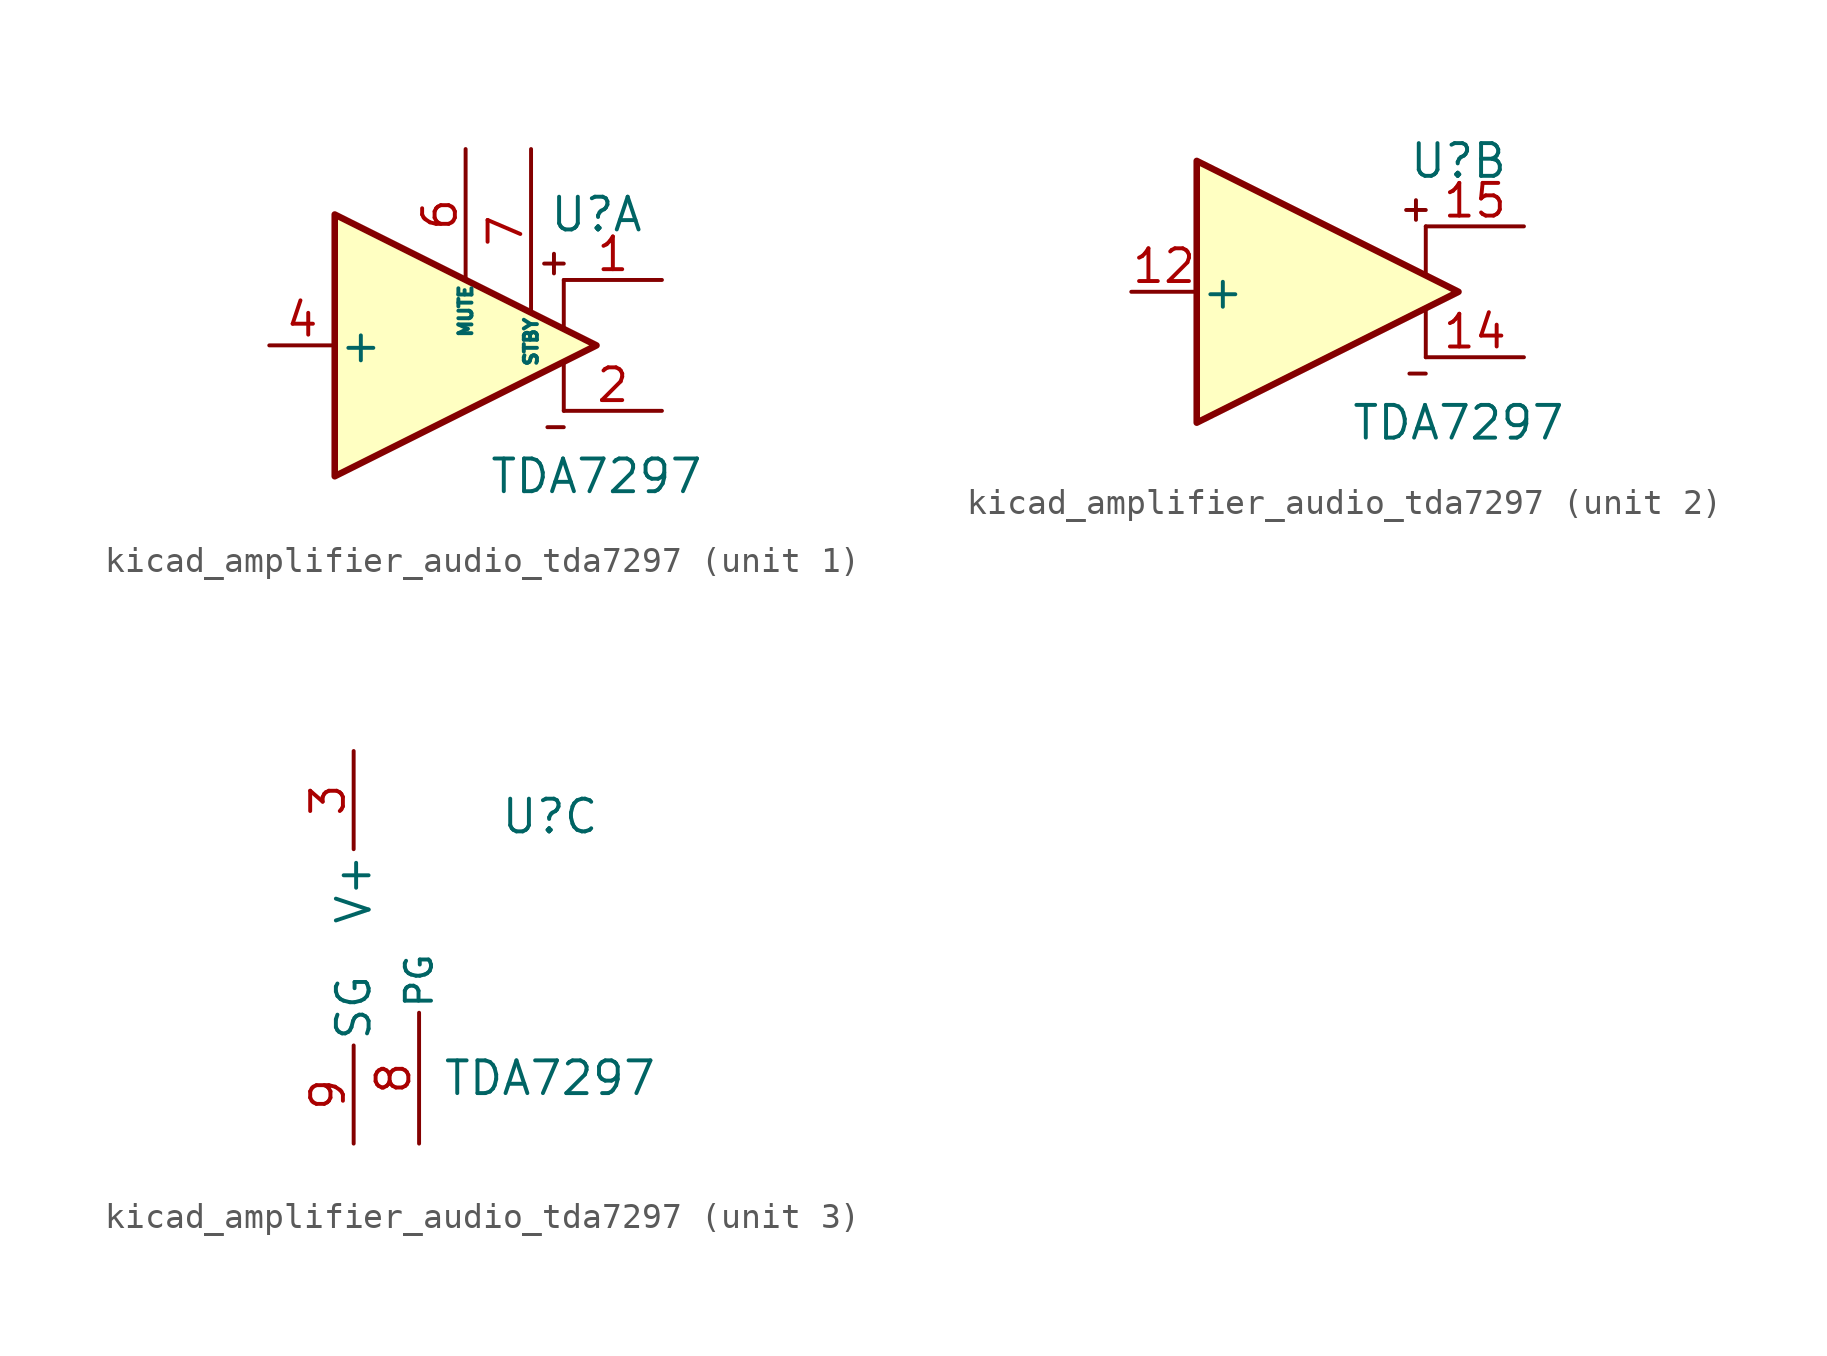
<source format=kicad_sym>
(kicad_symbol_lib
  (version 20220914)
  (generator kicad_symbol_editor)
  (symbol "kicad_amplifier_audio_tda7297"
    (pin_names
      (offset 0.127))
    (property "Reference" "U"
      (at 5.08 5.08 0)
      (effects (font (size 1.27 1.27))))
    (property "Value" "TDA7297"
      (at 5.08 -5.08 0)
      (effects (font (size 1.27 1.27))))
    (property "ki_locked" ""
      (at 0 0 0)
      (effects (font (size 1.27 1.27))))
    (symbol "kicad_amplifier_audio_tda7297_1_1"
      (polyline (pts (xy 3.048 3.175) (xy 3.81 3.175)) (stroke (width 0) (type default)) (fill (type none)))
      (polyline (pts (xy 3.175 -3.175) (xy 3.81 -3.175)) (stroke (width 0) (type default)) (fill (type none)))
      (polyline (pts (xy 3.429 2.794) (xy 3.429 3.556)) (stroke (width 0) (type default)) (fill (type none)))
      (polyline (pts (xy 3.81 -0.635) (xy 3.81 -2.54)) (stroke (width 0) (type default)) (fill (type none)))
      (polyline (pts (xy 3.81 2.54) (xy 3.81 0.635)) (stroke (width 0) (type default)) (fill (type none)))
      (polyline (pts (xy 5.08 0) (xy -5.08 5.08) (xy -5.08 -5.08) (xy 5.08 0)) (stroke (width 0.254) (type default)) (fill (type background)))
      (pin output line (at 7.62 2.54 180) (length 3.81) (name "~" (effects (font (size 1.27 1.27)))) (number "1" (effects (font (size 1.27 1.27)))))
      (pin no_connect line (at -2.54 3.81 270) (length 2.54) hide (name "NC" (effects (font (size 1.27 1.27)))) (number "10" (effects (font (size 1.27 1.27)))))
      (pin no_connect line (at -5.08 5.08 270) (length 2.54) hide (name "NC" (effects (font (size 1.27 1.27)))) (number "11" (effects (font (size 1.27 1.27)))))
      (pin output line (at 7.62 -2.54 180) (length 3.81) (name "~" (effects (font (size 1.27 1.27)))) (number "2" (effects (font (size 1.27 1.27)))))
      (pin input line (at -7.62 0 0) (length 2.54) (name "+" (effects (font (size 1.27 1.27)))) (number "4" (effects (font (size 1.27 1.27)))))
      (pin no_connect line (at -5.08 -5.08 90) (length 2.54) hide (name "NC" (effects (font (size 1.27 1.27)))) (number "5" (effects (font (size 1.27 1.27)))))
      (pin input line (at 0 7.62 270) (length 5.08) (name "MUTE" (effects (font (size 0.508 0.508)))) (number "6" (effects (font (size 1.27 1.27)))))
      (pin input line (at 2.54 7.62 270) (length 6.35) (name "STBY" (effects (font (size 0.508 0.508)))) (number "7" (effects (font (size 1.27 1.27))))))
    (symbol "kicad_amplifier_audio_tda7297_2_1"
      (polyline (pts (xy 3.048 3.175) (xy 3.81 3.175)) (stroke (width 0) (type default)) (fill (type none)))
      (polyline (pts (xy 3.175 -3.175) (xy 3.81 -3.175)) (stroke (width 0) (type default)) (fill (type none)))
      (polyline (pts (xy 3.429 2.794) (xy 3.429 3.556)) (stroke (width 0) (type default)) (fill (type none)))
      (polyline (pts (xy 3.81 -0.635) (xy 3.81 -2.54)) (stroke (width 0) (type default)) (fill (type none)))
      (polyline (pts (xy 3.81 2.54) (xy 3.81 0.635)) (stroke (width 0) (type default)) (fill (type none)))
      (polyline (pts (xy 5.08 0) (xy -5.08 5.08) (xy -5.08 -5.08) (xy 5.08 0)) (stroke (width 0.254) (type default)) (fill (type background)))
      (pin input line (at -7.62 0 0) (length 2.54) (name "+" (effects (font (size 1.27 1.27)))) (number "12" (effects (font (size 1.27 1.27)))))
      (pin output line (at 7.62 -2.54 180) (length 3.81) (name "~" (effects (font (size 1.27 1.27)))) (number "14" (effects (font (size 1.27 1.27)))))
      (pin output line (at 7.62 2.54 180) (length 3.81) (name "~" (effects (font (size 1.27 1.27)))) (number "15" (effects (font (size 1.27 1.27))))))
    (symbol "kicad_amplifier_audio_tda7297_3_1"
      (pin passive line (at -2.54 7.62 270) (length 3.81) hide (name "V+" (effects (font (size 1.27 1.27)))) (number "13" (effects (font (size 1.27 1.27)))))
      (pin power_in line (at -2.54 7.62 270) (length 3.81) (name "V+" (effects (font (size 1.27 1.27)))) (number "3" (effects (font (size 1.27 1.27)))))
      (pin power_in line (at 0 -7.62 90) (length 5.08) (name "PG" (effects (font (size 1.016 1.016)))) (number "8" (effects (font (size 1.27 1.27)))))
      (pin power_in line (at -2.54 -7.62 90) (length 3.81) (name "SG" (effects (font (size 1.27 1.27)))) (number "9" (effects (font (size 1.27 1.27))))))))
</source>
